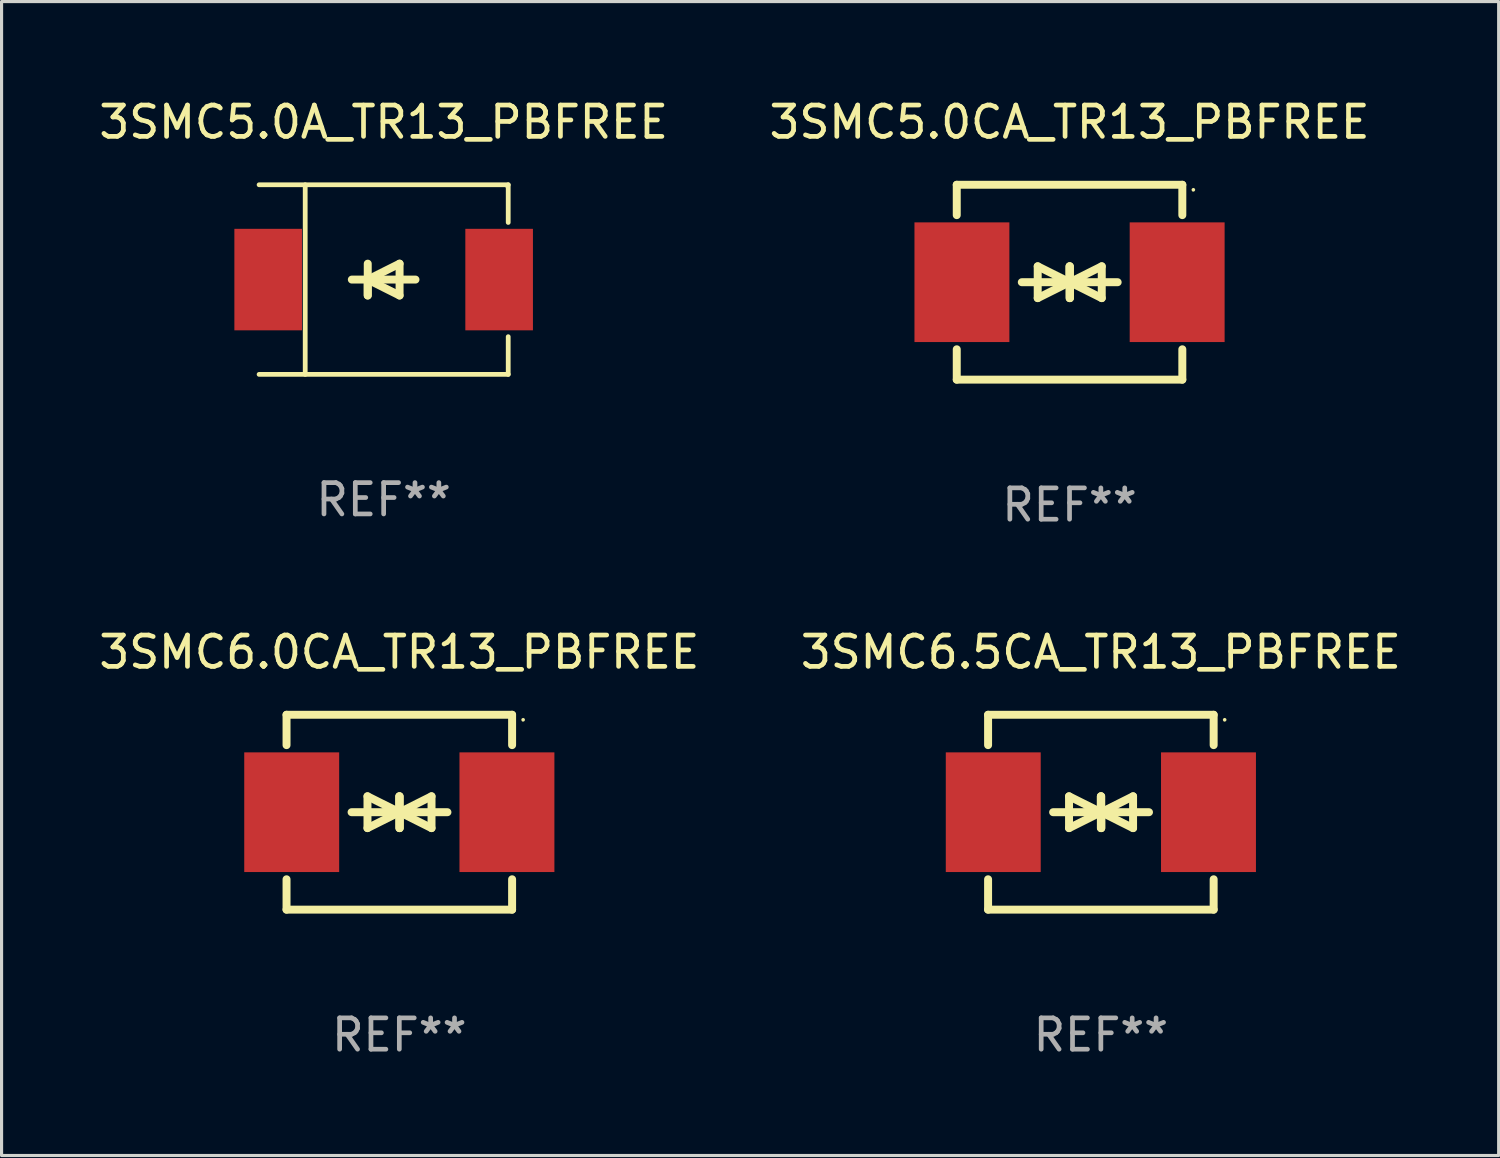
<source format=kicad_pcb>
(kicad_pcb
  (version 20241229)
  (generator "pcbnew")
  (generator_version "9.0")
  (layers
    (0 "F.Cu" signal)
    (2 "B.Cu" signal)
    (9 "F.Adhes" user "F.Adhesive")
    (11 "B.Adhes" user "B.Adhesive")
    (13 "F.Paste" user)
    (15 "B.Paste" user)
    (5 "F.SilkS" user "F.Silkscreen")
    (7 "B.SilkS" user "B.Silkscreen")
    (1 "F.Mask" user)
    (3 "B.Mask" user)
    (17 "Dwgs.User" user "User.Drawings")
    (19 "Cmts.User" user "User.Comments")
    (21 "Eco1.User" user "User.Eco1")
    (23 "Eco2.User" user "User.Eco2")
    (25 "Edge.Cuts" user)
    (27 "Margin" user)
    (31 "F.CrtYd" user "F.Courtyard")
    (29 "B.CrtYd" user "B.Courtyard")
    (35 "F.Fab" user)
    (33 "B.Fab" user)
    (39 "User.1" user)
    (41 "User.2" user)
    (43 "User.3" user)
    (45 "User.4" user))
  (footprint "3SMC6.5CA_TR13_PBFREE"
    (layer "F.Cu")
    (at 32.089 22.875)
    (property "Reference" "3SMC6.5CA_TR13_PBFREE" (at 0 -5.11 0) (layer "F.SilkS") (effects (font (size 1 1) (thickness 0.15))))
    (attr through_hole)
    (fp_line (start -3.6 -2.141) (end -3.6 -3.11) (stroke (width 0.254) (type solid)) (layer "F.SilkS"))
    (fp_line (start -3.6 3.11) (end -3.6 2.141) (stroke (width 0.254) (type solid)) (layer "F.SilkS"))
    (fp_line (start -1.524 0) (end 0.508 0) (stroke (width 0.254) (type solid)) (layer "F.SilkS"))
    (fp_line (start -1.016 -0.508) (end -1.016 0.508) (stroke (width 0.254) (type solid)) (layer "F.SilkS"))
    (fp_line (start -1.016 0.508) (end 0 0) (stroke (width 0.254) (type solid)) (layer "F.SilkS"))
    (fp_line (start 0 -0.508) (end 0 0.508) (stroke (width 0.254) (type solid)) (layer "F.SilkS"))
    (fp_line (start 0 0) (end -1.016 -0.508) (stroke (width 0.254) (type solid)) (layer "F.SilkS"))
    (fp_line (start 0 0) (end 0 -0.508) (stroke (width 0.254) (type solid)) (layer "F.SilkS"))
    (fp_line (start 0.012 0) (end 0.012 0.508) (stroke (width 0.254) (type solid)) (layer "F.SilkS"))
    (fp_line (start 0.012 0) (end 1.028 0.508) (stroke (width 0.254) (type solid)) (layer "F.SilkS"))
    (fp_line (start 0.012 0.508) (end 0.012 -0.508) (stroke (width 0.254) (type solid)) (layer "F.SilkS"))
    (fp_line (start 1.028 -0.508) (end 0.012 0) (stroke (width 0.254) (type solid)) (layer "F.SilkS"))
    (fp_line (start 1.028 0.508) (end 1.028 -0.508) (stroke (width 0.254) (type solid)) (layer "F.SilkS"))
    (fp_line (start 1.536 0) (end -0.496 0) (stroke (width 0.254) (type solid)) (layer "F.SilkS"))
    (fp_line (start 3.6 -3.11) (end -3.6 -3.11) (stroke (width 0.254) (type solid)) (layer "F.SilkS"))
    (fp_line (start 3.6 -2.141) (end 3.6 -3.11) (stroke (width 0.254) (type solid)) (layer "F.SilkS"))
    (fp_line (start 3.6 3.11) (end -3.6 3.11) (stroke (width 0.254) (type solid)) (layer "F.SilkS"))
    (fp_line (start 3.6 3.11) (end 3.6 2.141) (stroke (width 0.254) (type solid)) (layer "F.SilkS"))
    (fp_circle (center 3.952 -2.95) (end 3.982 -2.95) (stroke (width 0.06) (type solid)) (fill no) (layer "F.SilkS"))
    (fp_text user "REF**" (at 0 7.11 0) (layer "F.Fab") (effects (font (size 1 1) (thickness 0.15))))
    (pad "1" smd rect (at 3.435 0) (size 3.03 3.82) (layers "F.Cu" "F.Mask" "F.Paste"))
    (pad "2" smd rect (at -3.435 0) (size 3.03 3.82) (layers "F.Cu" "F.Mask" "F.Paste")))
  (footprint "3SMC6.0CA_TR13_PBFREE"
    (layer "F.Cu")
    (at 9.696 22.875)
    (property "Reference" "3SMC6.0CA_TR13_PBFREE" (at 0 -5.11 0) (layer "F.SilkS") (effects (font (size 1 1) (thickness 0.15))))
    (attr through_hole)
    (fp_line (start -3.6 -2.141) (end -3.6 -3.11) (stroke (width 0.254) (type solid)) (layer "F.SilkS"))
    (fp_line (start -3.6 3.11) (end -3.6 2.141) (stroke (width 0.254) (type solid)) (layer "F.SilkS"))
    (fp_line (start -1.524 0) (end 0.508 0) (stroke (width 0.254) (type solid)) (layer "F.SilkS"))
    (fp_line (start -1.016 -0.508) (end -1.016 0.508) (stroke (width 0.254) (type solid)) (layer "F.SilkS"))
    (fp_line (start -1.016 0.508) (end 0 0) (stroke (width 0.254) (type solid)) (layer "F.SilkS"))
    (fp_line (start 0 -0.508) (end 0 0.508) (stroke (width 0.254) (type solid)) (layer "F.SilkS"))
    (fp_line (start 0 0) (end -1.016 -0.508) (stroke (width 0.254) (type solid)) (layer "F.SilkS"))
    (fp_line (start 0 0) (end 0 -0.508) (stroke (width 0.254) (type solid)) (layer "F.SilkS"))
    (fp_line (start 0.012 0) (end 0.012 0.508) (stroke (width 0.254) (type solid)) (layer "F.SilkS"))
    (fp_line (start 0.012 0) (end 1.028 0.508) (stroke (width 0.254) (type solid)) (layer "F.SilkS"))
    (fp_line (start 0.012 0.508) (end 0.012 -0.508) (stroke (width 0.254) (type solid)) (layer "F.SilkS"))
    (fp_line (start 1.028 -0.508) (end 0.012 0) (stroke (width 0.254) (type solid)) (layer "F.SilkS"))
    (fp_line (start 1.028 0.508) (end 1.028 -0.508) (stroke (width 0.254) (type solid)) (layer "F.SilkS"))
    (fp_line (start 1.536 0) (end -0.496 0) (stroke (width 0.254) (type solid)) (layer "F.SilkS"))
    (fp_line (start 3.6 -3.11) (end -3.6 -3.11) (stroke (width 0.254) (type solid)) (layer "F.SilkS"))
    (fp_line (start 3.6 -2.141) (end 3.6 -3.11) (stroke (width 0.254) (type solid)) (layer "F.SilkS"))
    (fp_line (start 3.6 3.11) (end -3.6 3.11) (stroke (width 0.254) (type solid)) (layer "F.SilkS"))
    (fp_line (start 3.6 3.11) (end 3.6 2.141) (stroke (width 0.254) (type solid)) (layer "F.SilkS"))
    (fp_circle (center 3.952 -2.95) (end 3.982 -2.95) (stroke (width 0.06) (type solid)) (fill no) (layer "F.SilkS"))
    (fp_text user "REF**" (at 0 7.11 0) (layer "F.Fab") (effects (font (size 1 1) (thickness 0.15))))
    (pad "1" smd rect (at 3.435 0) (size 3.03 3.82) (layers "F.Cu" "F.Mask" "F.Paste"))
    (pad "2" smd rect (at -3.435 0) (size 3.03 3.82) (layers "F.Cu" "F.Mask" "F.Paste")))
  (footprint "3SMC5.0CA_TR13_PBFREE"
    (layer "F.Cu")
    (at 31.089 5.958)
    (property "Reference" "3SMC5.0CA_TR13_PBFREE" (at 0 -5.11 0) (layer "F.SilkS") (effects (font (size 1 1) (thickness 0.15))))
    (attr through_hole)
    (fp_line (start -3.6 -2.141) (end -3.6 -3.11) (stroke (width 0.254) (type solid)) (layer "F.SilkS"))
    (fp_line (start -3.6 3.11) (end -3.6 2.141) (stroke (width 0.254) (type solid)) (layer "F.SilkS"))
    (fp_line (start -1.524 0) (end 0.508 0) (stroke (width 0.254) (type solid)) (layer "F.SilkS"))
    (fp_line (start -1.016 -0.508) (end -1.016 0.508) (stroke (width 0.254) (type solid)) (layer "F.SilkS"))
    (fp_line (start -1.016 0.508) (end 0 0) (stroke (width 0.254) (type solid)) (layer "F.SilkS"))
    (fp_line (start 0 -0.508) (end 0 0.508) (stroke (width 0.254) (type solid)) (layer "F.SilkS"))
    (fp_line (start 0 0) (end -1.016 -0.508) (stroke (width 0.254) (type solid)) (layer "F.SilkS"))
    (fp_line (start 0 0) (end 0 -0.508) (stroke (width 0.254) (type solid)) (layer "F.SilkS"))
    (fp_line (start 0.012 0) (end 0.012 0.508) (stroke (width 0.254) (type solid)) (layer "F.SilkS"))
    (fp_line (start 0.012 0) (end 1.028 0.508) (stroke (width 0.254) (type solid)) (layer "F.SilkS"))
    (fp_line (start 0.012 0.508) (end 0.012 -0.508) (stroke (width 0.254) (type solid)) (layer "F.SilkS"))
    (fp_line (start 1.028 -0.508) (end 0.012 0) (stroke (width 0.254) (type solid)) (layer "F.SilkS"))
    (fp_line (start 1.028 0.508) (end 1.028 -0.508) (stroke (width 0.254) (type solid)) (layer "F.SilkS"))
    (fp_line (start 1.536 0) (end -0.496 0) (stroke (width 0.254) (type solid)) (layer "F.SilkS"))
    (fp_line (start 3.6 -3.11) (end -3.6 -3.11) (stroke (width 0.254) (type solid)) (layer "F.SilkS"))
    (fp_line (start 3.6 -2.141) (end 3.6 -3.11) (stroke (width 0.254) (type solid)) (layer "F.SilkS"))
    (fp_line (start 3.6 3.11) (end -3.6 3.11) (stroke (width 0.254) (type solid)) (layer "F.SilkS"))
    (fp_line (start 3.6 3.11) (end 3.6 2.141) (stroke (width 0.254) (type solid)) (layer "F.SilkS"))
    (fp_circle (center 3.952 -2.95) (end 3.982 -2.95) (stroke (width 0.06) (type solid)) (fill no) (layer "F.SilkS"))
    (fp_text user "REF**" (at 0 7.11 0) (layer "F.Fab") (effects (font (size 1 1) (thickness 0.15))))
    (pad "1" smd rect (at 3.435 0) (size 3.03 3.82) (layers "F.Cu" "F.Mask" "F.Paste"))
    (pad "2" smd rect (at -3.435 0) (size 3.03 3.82) (layers "F.Cu" "F.Mask" "F.Paste")))
  (footprint "3SMC5.0A_TR13_PBFREE"
    (layer "F.Cu")
    (at 9.196 5.874)
    (property "Reference" "3SMC5.0A_TR13_PBFREE" (at 0 -5.026 0) (layer "F.SilkS") (effects (font (size 1 1) (thickness 0.15))))
    (attr through_hole)
    (fp_line (start -3.976 -3.026) (end 3.976 -3.026) (stroke (width 0.152) (type solid)) (layer "F.SilkS"))
    (fp_line (start -3.976 3.026) (end 3.976 3.026) (stroke (width 0.152) (type solid)) (layer "F.SilkS"))
    (fp_line (start -2.504 -3.026) (end -2.504 3.026) (stroke (width 0.152) (type solid)) (layer "F.SilkS"))
    (fp_line (start -0.508 0) (end -0.508 0.508) (stroke (width 0.254) (type solid)) (layer "F.SilkS"))
    (fp_line (start -0.508 0) (end 0.508 0.508) (stroke (width 0.254) (type solid)) (layer "F.SilkS"))
    (fp_line (start -0.508 0.508) (end -0.508 -0.508) (stroke (width 0.254) (type solid)) (layer "F.SilkS"))
    (fp_line (start 0.508 -0.508) (end -0.508 0) (stroke (width 0.254) (type solid)) (layer "F.SilkS"))
    (fp_line (start 0.508 0.508) (end 0.508 -0.508) (stroke (width 0.254) (type solid)) (layer "F.SilkS"))
    (fp_line (start 1.016 0) (end -1.016 0) (stroke (width 0.254) (type solid)) (layer "F.SilkS"))
    (fp_line (start 3.976 -3.026) (end 3.976 -1.823) (stroke (width 0.152) (type solid)) (layer "F.SilkS"))
    (fp_line (start 3.976 3.026) (end 3.976 1.823) (stroke (width 0.152) (type solid)) (layer "F.SilkS"))
    (fp_circle (center 3.95 -2.95) (end 3.98 -2.95) (stroke (width 0.06) (type solid)) (fill no) (layer "F.SilkS"))
    (fp_text user "REF**" (at 0 7.026 0) (layer "F.Fab") (effects (font (size 1 1) (thickness 0.15))))
    (pad "1" smd rect (at 3.686 0 180) (size 2.158 3.24) (layers "F.Cu" "F.Mask" "F.Paste"))
    (pad "2" smd rect (at -3.686 0 180) (size 2.158 3.24) (layers "F.Cu" "F.Mask" "F.Paste")))
  (gr_rect
    (start -3 -3)
    (end 44.786 33.833)
    (stroke (width 0.1) (type default))
    (fill no)
    (layer "Edge.Cuts")))
</source>
